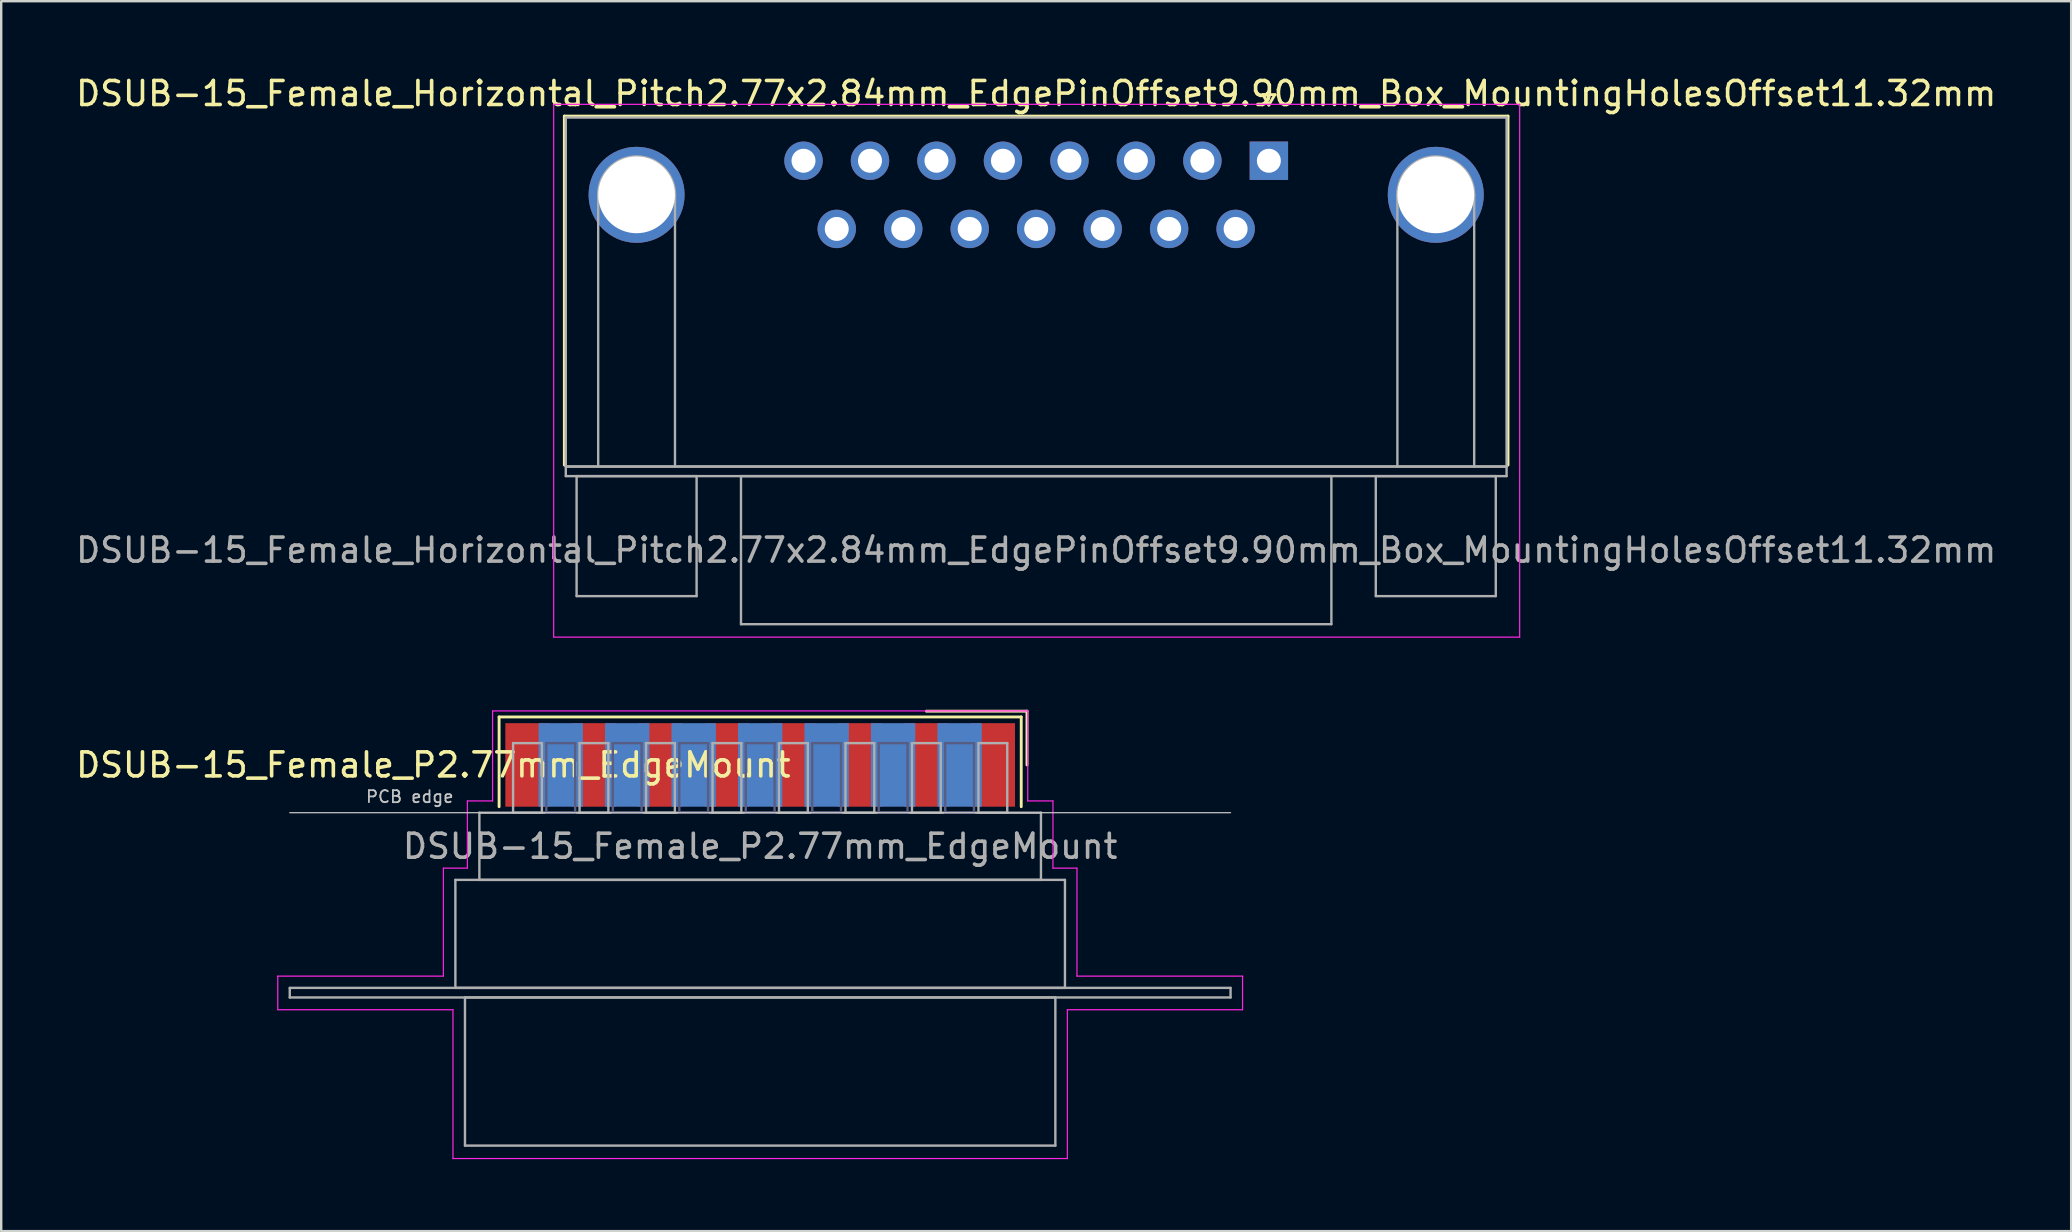
<source format=kicad_pcb>
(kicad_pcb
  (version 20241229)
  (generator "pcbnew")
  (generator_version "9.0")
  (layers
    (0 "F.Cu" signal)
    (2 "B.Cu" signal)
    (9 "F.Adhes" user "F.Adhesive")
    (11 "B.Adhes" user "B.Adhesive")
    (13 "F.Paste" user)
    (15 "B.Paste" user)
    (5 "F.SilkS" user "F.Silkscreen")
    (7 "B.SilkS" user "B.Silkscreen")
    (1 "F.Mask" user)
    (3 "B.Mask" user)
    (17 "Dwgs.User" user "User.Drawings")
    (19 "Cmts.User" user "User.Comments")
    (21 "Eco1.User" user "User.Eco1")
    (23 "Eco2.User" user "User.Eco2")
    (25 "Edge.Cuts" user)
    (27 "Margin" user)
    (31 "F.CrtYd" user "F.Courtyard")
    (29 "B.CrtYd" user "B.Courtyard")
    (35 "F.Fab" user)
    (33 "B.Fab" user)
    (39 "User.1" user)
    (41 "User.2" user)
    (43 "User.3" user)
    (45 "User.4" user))
  (footprint "DSUB-15_Female_Horizontal_Pitch2.77x2.84mm_EdgePinOffset9.90mm_Box_MountingHolesOffset11.32mm"
    (layer "F.Cu")
    (at 49.82 3.648)
    (property "Reference" "DSUB-15_Female_Horizontal_Pitch2.77x2.84mm_EdgePinOffset9.90mm_Box_MountingHolesOffset11.32mm" (at -9.695 -2.8 0) (layer "F.SilkS") (effects (font (size 1 1) (thickness 0.15))))
    (attr through_hole)
    (fp_line (start -29.355 -1.86) (end 9.965 -1.86) (stroke (width 0.12) (type solid)) (layer "F.SilkS"))
    (fp_line (start -29.355 12.68) (end -29.355 -1.86) (stroke (width 0.12) (type solid)) (layer "F.SilkS"))
    (fp_line (start -0.25 -2.754) (end 0.25 -2.754) (stroke (width 0.12) (type solid)) (layer "F.SilkS"))
    (fp_line (start 0 -2.321) (end -0.25 -2.754) (stroke (width 0.12) (type solid)) (layer "F.SilkS"))
    (fp_line (start 0.25 -2.754) (end 0 -2.321) (stroke (width 0.12) (type solid)) (layer "F.SilkS"))
    (fp_line (start 9.965 -1.86) (end 9.965 12.68) (stroke (width 0.12) (type solid)) (layer "F.SilkS"))
    (fp_line (start -29.8 -2.35) (end -29.8 19.85) (stroke (width 0.05) (type solid)) (layer "F.CrtYd"))
    (fp_line (start -29.8 19.85) (end 10.45 19.85) (stroke (width 0.05) (type solid)) (layer "F.CrtYd"))
    (fp_line (start 10.45 -2.35) (end -29.8 -2.35) (stroke (width 0.05) (type solid)) (layer "F.CrtYd"))
    (fp_line (start 10.45 19.85) (end 10.45 -2.35) (stroke (width 0.05) (type solid)) (layer "F.CrtYd"))
    (fp_line (start -29.295 -1.8) (end -29.295 12.74) (stroke (width 0.1) (type solid)) (layer "F.Fab"))
    (fp_line (start -29.295 12.74) (end -29.295 13.14) (stroke (width 0.1) (type solid)) (layer "F.Fab"))
    (fp_line (start -29.295 12.74) (end 9.905 12.74) (stroke (width 0.1) (type solid)) (layer "F.Fab"))
    (fp_line (start -29.295 13.14) (end 9.905 13.14) (stroke (width 0.1) (type solid)) (layer "F.Fab"))
    (fp_line (start -28.845 13.14) (end -28.845 18.14) (stroke (width 0.1) (type solid)) (layer "F.Fab"))
    (fp_line (start -28.845 18.14) (end -23.845 18.14) (stroke (width 0.1) (type solid)) (layer "F.Fab"))
    (fp_line (start -27.945 12.74) (end -27.945 1.42) (stroke (width 0.1) (type solid)) (layer "F.Fab"))
    (fp_line (start -24.745 12.74) (end -24.745 1.42) (stroke (width 0.1) (type solid)) (layer "F.Fab"))
    (fp_line (start -23.845 13.14) (end -28.845 13.14) (stroke (width 0.1) (type solid)) (layer "F.Fab"))
    (fp_line (start -23.845 18.14) (end -23.845 13.14) (stroke (width 0.1) (type solid)) (layer "F.Fab"))
    (fp_line (start -21.995 13.14) (end -21.995 19.31) (stroke (width 0.1) (type solid)) (layer "F.Fab"))
    (fp_line (start -21.995 19.31) (end 2.605 19.31) (stroke (width 0.1) (type solid)) (layer "F.Fab"))
    (fp_line (start 2.605 13.14) (end -21.995 13.14) (stroke (width 0.1) (type solid)) (layer "F.Fab"))
    (fp_line (start 2.605 19.31) (end 2.605 13.14) (stroke (width 0.1) (type solid)) (layer "F.Fab"))
    (fp_line (start 4.455 13.14) (end 4.455 18.14) (stroke (width 0.1) (type solid)) (layer "F.Fab"))
    (fp_line (start 4.455 18.14) (end 9.455 18.14) (stroke (width 0.1) (type solid)) (layer "F.Fab"))
    (fp_line (start 5.355 12.74) (end 5.355 1.42) (stroke (width 0.1) (type solid)) (layer "F.Fab"))
    (fp_line (start 8.555 12.74) (end 8.555 1.42) (stroke (width 0.1) (type solid)) (layer "F.Fab"))
    (fp_line (start 9.455 13.14) (end 4.455 13.14) (stroke (width 0.1) (type solid)) (layer "F.Fab"))
    (fp_line (start 9.455 18.14) (end 9.455 13.14) (stroke (width 0.1) (type solid)) (layer "F.Fab"))
    (fp_line (start 9.905 -1.8) (end -29.295 -1.8) (stroke (width 0.1) (type solid)) (layer "F.Fab"))
    (fp_line (start 9.905 12.74) (end -29.295 12.74) (stroke (width 0.1) (type solid)) (layer "F.Fab"))
    (fp_line (start 9.905 12.74) (end 9.905 -1.8) (stroke (width 0.1) (type solid)) (layer "F.Fab"))
    (fp_line (start 9.905 13.14) (end 9.905 12.74) (stroke (width 0.1) (type solid)) (layer "F.Fab"))
    (fp_arc (start -27.945 1.42) (mid -26.345 -0.18) (end -24.745 1.42) (stroke (width 0.1) (type solid)) (layer "F.Fab"))
    (fp_arc (start 5.355 1.42) (mid 6.955 -0.18) (end 8.555 1.42) (stroke (width 0.1) (type solid)) (layer "F.Fab"))
    (fp_text user "${REFERENCE}" (at -9.695 16.225 0) (layer "F.Fab") (effects (font (size 1 1) (thickness 0.15))))
    (pad "0" thru_hole circle (at -26.345 1.42) (size 4 4) (drill 3.2) (layers "*.Cu" "*.Mask"))
    (pad "0" thru_hole circle (at 6.955 1.42) (size 4 4) (drill 3.2) (layers "*.Cu" "*.Mask"))
    (pad "1" thru_hole rect (at 0 0) (size 1.6 1.6) (drill 1) (layers "*.Cu" "*.Mask"))
    (pad "2" thru_hole circle (at -2.77 0) (size 1.6 1.6) (drill 1) (layers "*.Cu" "*.Mask"))
    (pad "3" thru_hole circle (at -5.54 0) (size 1.6 1.6) (drill 1) (layers "*.Cu" "*.Mask"))
    (pad "4" thru_hole circle (at -8.31 0) (size 1.6 1.6) (drill 1) (layers "*.Cu" "*.Mask"))
    (pad "5" thru_hole circle (at -11.08 0) (size 1.6 1.6) (drill 1) (layers "*.Cu" "*.Mask"))
    (pad "6" thru_hole circle (at -13.85 0) (size 1.6 1.6) (drill 1) (layers "*.Cu" "*.Mask"))
    (pad "7" thru_hole circle (at -16.62 0) (size 1.6 1.6) (drill 1) (layers "*.Cu" "*.Mask"))
    (pad "8" thru_hole circle (at -19.39 0) (size 1.6 1.6) (drill 1) (layers "*.Cu" "*.Mask"))
    (pad "9" thru_hole circle (at -1.385 2.84) (size 1.6 1.6) (drill 1) (layers "*.Cu" "*.Mask"))
    (pad "10" thru_hole circle (at -4.155 2.84) (size 1.6 1.6) (drill 1) (layers "*.Cu" "*.Mask"))
    (pad "11" thru_hole circle (at -6.925 2.84) (size 1.6 1.6) (drill 1) (layers "*.Cu" "*.Mask"))
    (pad "12" thru_hole circle (at -9.695 2.84) (size 1.6 1.6) (drill 1) (layers "*.Cu" "*.Mask"))
    (pad "13" thru_hole circle (at -12.465 2.84) (size 1.6 1.6) (drill 1) (layers "*.Cu" "*.Mask"))
    (pad "14" thru_hole circle (at -15.235 2.84) (size 1.6 1.6) (drill 1) (layers "*.Cu" "*.Mask"))
    (pad "15" thru_hole circle (at -18.005 2.84) (size 1.6 1.6) (drill 1) (layers "*.Cu" "*.Mask")))
  (footprint "DSUB-15_Female_P2.77mm_EdgeMount"
    (layer "F.Cu")
    (at 28.624 28.823)
    (property "Reference" "DSUB-15_Female_P2.77mm_EdgeMount" (at -13.618 0 0) (layer "F.SilkS") (effects (font (size 1 1) (thickness 0.15))))
    (attr smd)
    (fp_line (start -10.878 -2) (end -10.878 1.74) (stroke (width 0.12) (type solid)) (layer "F.SilkS"))
    (fp_line (start 10.878 -2) (end -10.878 -2) (stroke (width 0.12) (type solid)) (layer "F.SilkS"))
    (fp_line (start 10.878 1.74) (end 10.878 -2) (stroke (width 0.12) (type solid)) (layer "F.SilkS"))
    (fp_line (start 11.118 -2.24) (end 6.925 -2.24) (stroke (width 0.12) (type solid)) (layer "F.SilkS"))
    (fp_line (start 11.118 0) (end 11.118 -2.24) (stroke (width 0.12) (type solid)) (layer "F.SilkS"))
    (fp_line (start -19.6 1.99) (end 19.6 1.99) (stroke (width 0.05) (type solid)) (layer "Dwgs.User"))
    (fp_line (start -20.1 8.8) (end -13.2 8.8) (stroke (width 0.05) (type solid)) (layer "F.CrtYd"))
    (fp_line (start -20.1 10.2) (end -20.1 8.8) (stroke (width 0.05) (type solid)) (layer "F.CrtYd"))
    (fp_line (start -13.2 4.3) (end -12.2 4.3) (stroke (width 0.05) (type solid)) (layer "F.CrtYd"))
    (fp_line (start -13.2 8.8) (end -13.2 4.3) (stroke (width 0.05) (type solid)) (layer "F.CrtYd"))
    (fp_line (start -12.8 10.2) (end -20.1 10.2) (stroke (width 0.05) (type solid)) (layer "F.CrtYd"))
    (fp_line (start -12.8 16.4) (end -12.8 10.2) (stroke (width 0.05) (type solid)) (layer "F.CrtYd"))
    (fp_line (start -12.2 1.5) (end -11.15 1.5) (stroke (width 0.05) (type solid)) (layer "F.CrtYd"))
    (fp_line (start -12.2 4.3) (end -12.2 1.5) (stroke (width 0.05) (type solid)) (layer "F.CrtYd"))
    (fp_line (start -11.15 -2.25) (end 11.15 -2.25) (stroke (width 0.05) (type solid)) (layer "F.CrtYd"))
    (fp_line (start -11.15 1.5) (end -11.15 -2.25) (stroke (width 0.05) (type solid)) (layer "F.CrtYd"))
    (fp_line (start 11.15 -2.25) (end 11.15 1.5) (stroke (width 0.05) (type solid)) (layer "F.CrtYd"))
    (fp_line (start 11.15 1.5) (end 12.2 1.5) (stroke (width 0.05) (type solid)) (layer "F.CrtYd"))
    (fp_line (start 12.2 1.5) (end 12.2 4.3) (stroke (width 0.05) (type solid)) (layer "F.CrtYd"))
    (fp_line (start 12.2 4.3) (end 13.2 4.3) (stroke (width 0.05) (type solid)) (layer "F.CrtYd"))
    (fp_line (start 12.8 10.2) (end 12.8 16.4) (stroke (width 0.05) (type solid)) (layer "F.CrtYd"))
    (fp_line (start 12.8 16.4) (end -12.8 16.4) (stroke (width 0.05) (type solid)) (layer "F.CrtYd"))
    (fp_line (start 13.2 4.3) (end 13.2 8.8) (stroke (width 0.05) (type solid)) (layer "F.CrtYd"))
    (fp_line (start 13.2 8.8) (end 20.1 8.8) (stroke (width 0.05) (type solid)) (layer "F.CrtYd"))
    (fp_line (start 20.1 8.8) (end 20.1 10.2) (stroke (width 0.05) (type solid)) (layer "F.CrtYd"))
    (fp_line (start 20.1 10.2) (end 12.8 10.2) (stroke (width 0.05) (type solid)) (layer "F.CrtYd"))
    (fp_line (start -8.91 -0.91) (end -8.91 1.99) (stroke (width 0.1) (type solid)) (layer "B.Fab"))
    (fp_line (start -8.91 1.99) (end -7.71 1.99) (stroke (width 0.1) (type solid)) (layer "B.Fab"))
    (fp_line (start -7.71 -0.91) (end -8.91 -0.91) (stroke (width 0.1) (type solid)) (layer "B.Fab"))
    (fp_line (start -7.71 1.99) (end -7.71 -0.91) (stroke (width 0.1) (type solid)) (layer "B.Fab"))
    (fp_line (start -6.14 -0.91) (end -6.14 1.99) (stroke (width 0.1) (type solid)) (layer "B.Fab"))
    (fp_line (start -6.14 1.99) (end -4.94 1.99) (stroke (width 0.1) (type solid)) (layer "B.Fab"))
    (fp_line (start -4.94 -0.91) (end -6.14 -0.91) (stroke (width 0.1) (type solid)) (layer "B.Fab"))
    (fp_line (start -4.94 1.99) (end -4.94 -0.91) (stroke (width 0.1) (type solid)) (layer "B.Fab"))
    (fp_line (start -3.37 -0.91) (end -3.37 1.99) (stroke (width 0.1) (type solid)) (layer "B.Fab"))
    (fp_line (start -3.37 1.99) (end -2.17 1.99) (stroke (width 0.1) (type solid)) (layer "B.Fab"))
    (fp_line (start -2.17 -0.91) (end -3.37 -0.91) (stroke (width 0.1) (type solid)) (layer "B.Fab"))
    (fp_line (start -2.17 1.99) (end -2.17 -0.91) (stroke (width 0.1) (type solid)) (layer "B.Fab"))
    (fp_line (start -0.6 -0.91) (end -0.6 1.99) (stroke (width 0.1) (type solid)) (layer "B.Fab"))
    (fp_line (start -0.6 1.99) (end 0.6 1.99) (stroke (width 0.1) (type solid)) (layer "B.Fab"))
    (fp_line (start 0.6 -0.91) (end -0.6 -0.91) (stroke (width 0.1) (type solid)) (layer "B.Fab"))
    (fp_line (start 0.6 1.99) (end 0.6 -0.91) (stroke (width 0.1) (type solid)) (layer "B.Fab"))
    (fp_line (start 2.17 -0.91) (end 2.17 1.99) (stroke (width 0.1) (type solid)) (layer "B.Fab"))
    (fp_line (start 2.17 1.99) (end 3.37 1.99) (stroke (width 0.1) (type solid)) (layer "B.Fab"))
    (fp_line (start 3.37 -0.91) (end 2.17 -0.91) (stroke (width 0.1) (type solid)) (layer "B.Fab"))
    (fp_line (start 3.37 1.99) (end 3.37 -0.91) (stroke (width 0.1) (type solid)) (layer "B.Fab"))
    (fp_line (start 4.94 -0.91) (end 4.94 1.99) (stroke (width 0.1) (type solid)) (layer "B.Fab"))
    (fp_line (start 4.94 1.99) (end 6.14 1.99) (stroke (width 0.1) (type solid)) (layer "B.Fab"))
    (fp_line (start 6.14 -0.91) (end 4.94 -0.91) (stroke (width 0.1) (type solid)) (layer "B.Fab"))
    (fp_line (start 6.14 1.99) (end 6.14 -0.91) (stroke (width 0.1) (type solid)) (layer "B.Fab"))
    (fp_line (start 7.71 -0.91) (end 7.71 1.99) (stroke (width 0.1) (type solid)) (layer "B.Fab"))
    (fp_line (start 7.71 1.99) (end 8.91 1.99) (stroke (width 0.1) (type solid)) (layer "B.Fab"))
    (fp_line (start 8.91 -0.91) (end 7.71 -0.91) (stroke (width 0.1) (type solid)) (layer "B.Fab"))
    (fp_line (start 8.91 1.99) (end 8.91 -0.91) (stroke (width 0.1) (type solid)) (layer "B.Fab"))
    (fp_line (start -19.6 9.29) (end -19.6 9.69) (stroke (width 0.1) (type solid)) (layer "F.Fab"))
    (fp_line (start -19.6 9.69) (end 19.6 9.69) (stroke (width 0.1) (type solid)) (layer "F.Fab"))
    (fp_line (start -12.7 4.79) (end -12.7 9.29) (stroke (width 0.1) (type solid)) (layer "F.Fab"))
    (fp_line (start -12.7 9.29) (end 12.7 9.29) (stroke (width 0.1) (type solid)) (layer "F.Fab"))
    (fp_line (start -12.3 9.69) (end -12.3 15.86) (stroke (width 0.1) (type solid)) (layer "F.Fab"))
    (fp_line (start -12.3 15.86) (end 12.3 15.86) (stroke (width 0.1) (type solid)) (layer "F.Fab"))
    (fp_line (start -11.7 1.99) (end -11.7 4.79) (stroke (width 0.1) (type solid)) (layer "F.Fab"))
    (fp_line (start -11.7 4.79) (end 11.7 4.79) (stroke (width 0.1) (type solid)) (layer "F.Fab"))
    (fp_line (start -10.295 -0.91) (end -10.295 1.99) (stroke (width 0.1) (type solid)) (layer "F.Fab"))
    (fp_line (start -10.295 1.99) (end -9.095 1.99) (stroke (width 0.1) (type solid)) (layer "F.Fab"))
    (fp_line (start -9.095 -0.91) (end -10.295 -0.91) (stroke (width 0.1) (type solid)) (layer "F.Fab"))
    (fp_line (start -9.095 1.99) (end -9.095 -0.91) (stroke (width 0.1) (type solid)) (layer "F.Fab"))
    (fp_line (start -7.525 -0.91) (end -7.525 1.99) (stroke (width 0.1) (type solid)) (layer "F.Fab"))
    (fp_line (start -7.525 1.99) (end -6.325 1.99) (stroke (width 0.1) (type solid)) (layer "F.Fab"))
    (fp_line (start -6.325 -0.91) (end -7.525 -0.91) (stroke (width 0.1) (type solid)) (layer "F.Fab"))
    (fp_line (start -6.325 1.99) (end -6.325 -0.91) (stroke (width 0.1) (type solid)) (layer "F.Fab"))
    (fp_line (start -4.755 -0.91) (end -4.755 1.99) (stroke (width 0.1) (type solid)) (layer "F.Fab"))
    (fp_line (start -4.755 1.99) (end -3.555 1.99) (stroke (width 0.1) (type solid)) (layer "F.Fab"))
    (fp_line (start -3.555 -0.91) (end -4.755 -0.91) (stroke (width 0.1) (type solid)) (layer "F.Fab"))
    (fp_line (start -3.555 1.99) (end -3.555 -0.91) (stroke (width 0.1) (type solid)) (layer "F.Fab"))
    (fp_line (start -1.985 -0.91) (end -1.985 1.99) (stroke (width 0.1) (type solid)) (layer "F.Fab"))
    (fp_line (start -1.985 1.99) (end -0.785 1.99) (stroke (width 0.1) (type solid)) (layer "F.Fab"))
    (fp_line (start -0.785 -0.91) (end -1.985 -0.91) (stroke (width 0.1) (type solid)) (layer "F.Fab"))
    (fp_line (start -0.785 1.99) (end -0.785 -0.91) (stroke (width 0.1) (type solid)) (layer "F.Fab"))
    (fp_line (start 0.785 -0.91) (end 0.785 1.99) (stroke (width 0.1) (type solid)) (layer "F.Fab"))
    (fp_line (start 0.785 1.99) (end 1.985 1.99) (stroke (width 0.1) (type solid)) (layer "F.Fab"))
    (fp_line (start 1.985 -0.91) (end 0.785 -0.91) (stroke (width 0.1) (type solid)) (layer "F.Fab"))
    (fp_line (start 1.985 1.99) (end 1.985 -0.91) (stroke (width 0.1) (type solid)) (layer "F.Fab"))
    (fp_line (start 3.555 -0.91) (end 3.555 1.99) (stroke (width 0.1) (type solid)) (layer "F.Fab"))
    (fp_line (start 3.555 1.99) (end 4.755 1.99) (stroke (width 0.1) (type solid)) (layer "F.Fab"))
    (fp_line (start 4.755 -0.91) (end 3.555 -0.91) (stroke (width 0.1) (type solid)) (layer "F.Fab"))
    (fp_line (start 4.755 1.99) (end 4.755 -0.91) (stroke (width 0.1) (type solid)) (layer "F.Fab"))
    (fp_line (start 6.325 -0.91) (end 6.325 1.99) (stroke (width 0.1) (type solid)) (layer "F.Fab"))
    (fp_line (start 6.325 1.99) (end 7.525 1.99) (stroke (width 0.1) (type solid)) (layer "F.Fab"))
    (fp_line (start 7.525 -0.91) (end 6.325 -0.91) (stroke (width 0.1) (type solid)) (layer "F.Fab"))
    (fp_line (start 7.525 1.99) (end 7.525 -0.91) (stroke (width 0.1) (type solid)) (layer "F.Fab"))
    (fp_line (start 9.095 -0.91) (end 9.095 1.99) (stroke (width 0.1) (type solid)) (layer "F.Fab"))
    (fp_line (start 9.095 1.99) (end 10.295 1.99) (stroke (width 0.1) (type solid)) (layer "F.Fab"))
    (fp_line (start 10.295 -0.91) (end 9.095 -0.91) (stroke (width 0.1) (type solid)) (layer "F.Fab"))
    (fp_line (start 10.295 1.99) (end 10.295 -0.91) (stroke (width 0.1) (type solid)) (layer "F.Fab"))
    (fp_line (start 11.7 1.99) (end -11.7 1.99) (stroke (width 0.1) (type solid)) (layer "F.Fab"))
    (fp_line (start 11.7 4.79) (end 11.7 1.99) (stroke (width 0.1) (type solid)) (layer "F.Fab"))
    (fp_line (start 12.3 9.69) (end -12.3 9.69) (stroke (width 0.1) (type solid)) (layer "F.Fab"))
    (fp_line (start 12.3 15.86) (end 12.3 9.69) (stroke (width 0.1) (type solid)) (layer "F.Fab"))
    (fp_line (start 12.7 4.79) (end -12.7 4.79) (stroke (width 0.1) (type solid)) (layer "F.Fab"))
    (fp_line (start 12.7 9.29) (end 12.7 4.79) (stroke (width 0.1) (type solid)) (layer "F.Fab"))
    (fp_line (start 19.6 9.29) (end -19.6 9.29) (stroke (width 0.1) (type solid)) (layer "F.Fab"))
    (fp_line (start 19.6 9.69) (end 19.6 9.29) (stroke (width 0.1) (type solid)) (layer "F.Fab"))
    (fp_text user "PCB edge" (at -14.6 1.323 0) (layer "Dwgs.User") (effects (font (size 0.5 0.5) (thickness 0.075))))
    (fp_text user "${REFERENCE}" (at 0 3.39 0) (layer "F.Fab") (effects (font (size 1 1) (thickness 0.15))))
    (pad "1" smd rect (at 9.695 0) (size 1.847 3.48) (layers "F.Cu" "F.Mask" "F.Paste"))
    (pad "2" smd rect (at 6.925 0) (size 1.847 3.48) (layers "F.Cu" "F.Mask" "F.Paste"))
    (pad "3" smd rect (at 4.155 0) (size 1.847 3.48) (layers "F.Cu" "F.Mask" "F.Paste"))
    (pad "4" smd rect (at 1.385 0) (size 1.847 3.48) (layers "F.Cu" "F.Mask" "F.Paste"))
    (pad "5" smd rect (at -1.385 0) (size 1.847 3.48) (layers "F.Cu" "F.Mask" "F.Paste"))
    (pad "6" smd rect (at -4.155 0) (size 1.847 3.48) (layers "F.Cu" "F.Mask" "F.Paste"))
    (pad "7" smd rect (at -6.925 0) (size 1.847 3.48) (layers "F.Cu" "F.Mask" "F.Paste"))
    (pad "8" smd rect (at -9.695 0) (size 1.847 3.48) (layers "F.Cu" "F.Mask" "F.Paste"))
    (pad "9" smd rect (at 8.31 0) (size 1.847 3.48) (layers "B.Cu" "B.Mask" "B.Paste"))
    (pad "10" smd rect (at 5.54 0) (size 1.847 3.48) (layers "B.Cu" "B.Mask" "B.Paste"))
    (pad "11" smd rect (at 2.77 0) (size 1.847 3.48) (layers "B.Cu" "B.Mask" "B.Paste"))
    (pad "12" smd rect (at 0 0) (size 1.847 3.48) (layers "B.Cu" "B.Mask" "B.Paste"))
    (pad "13" smd rect (at -2.77 0) (size 1.847 3.48) (layers "B.Cu" "B.Mask" "B.Paste"))
    (pad "14" smd rect (at -5.54 0) (size 1.847 3.48) (layers "B.Cu" "B.Mask" "B.Paste"))
    (pad "15" smd rect (at -8.31 0) (size 1.847 3.48) (layers "B.Cu" "B.Mask" "B.Paste")))
  (gr_rect
    (start -3 -3)
    (end 83.25 48.248)
    (stroke (width 0.1) (type default))
    (fill no)
    (layer "Edge.Cuts")))
</source>
